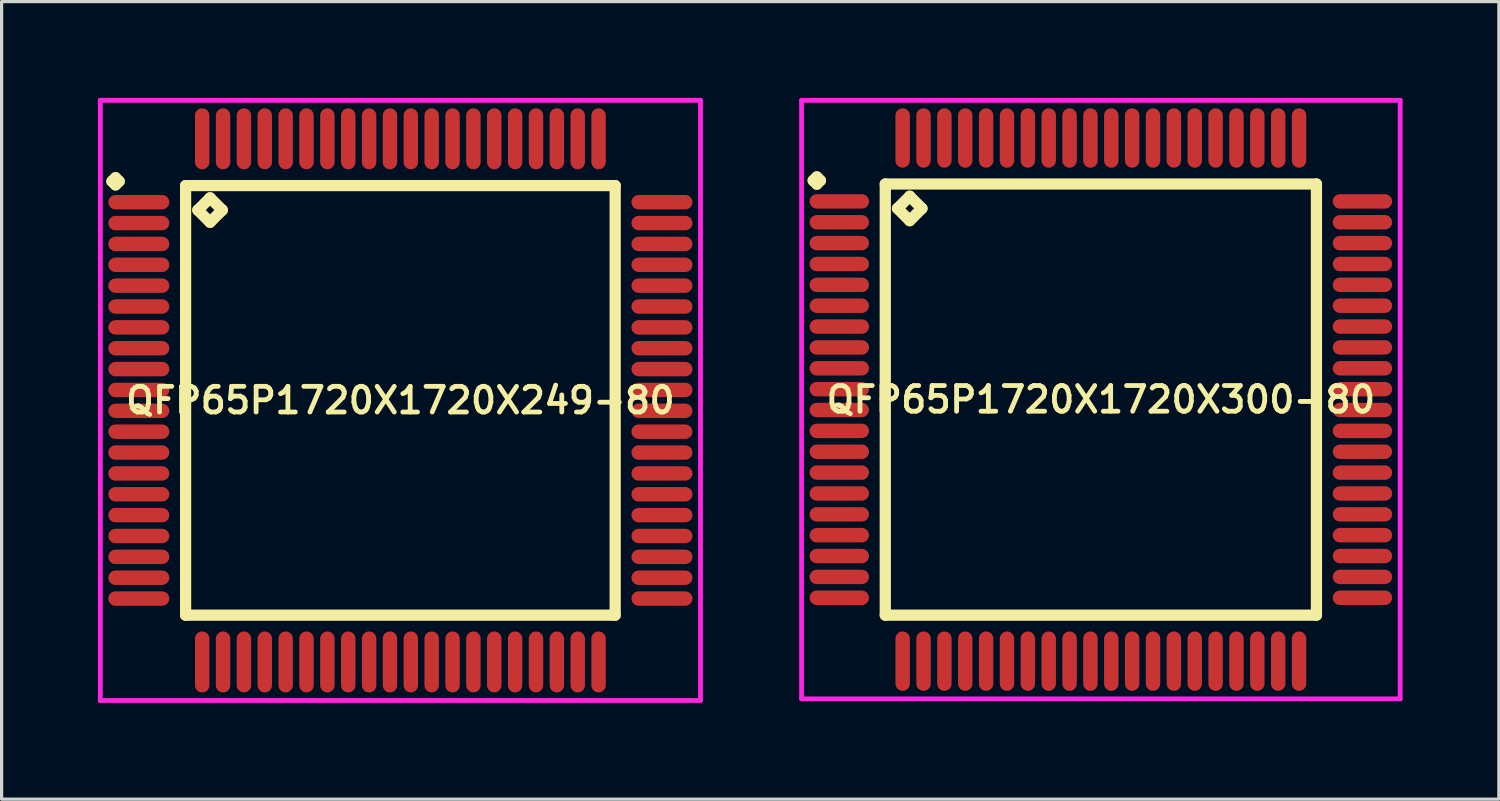
<source format=kicad_pcb>
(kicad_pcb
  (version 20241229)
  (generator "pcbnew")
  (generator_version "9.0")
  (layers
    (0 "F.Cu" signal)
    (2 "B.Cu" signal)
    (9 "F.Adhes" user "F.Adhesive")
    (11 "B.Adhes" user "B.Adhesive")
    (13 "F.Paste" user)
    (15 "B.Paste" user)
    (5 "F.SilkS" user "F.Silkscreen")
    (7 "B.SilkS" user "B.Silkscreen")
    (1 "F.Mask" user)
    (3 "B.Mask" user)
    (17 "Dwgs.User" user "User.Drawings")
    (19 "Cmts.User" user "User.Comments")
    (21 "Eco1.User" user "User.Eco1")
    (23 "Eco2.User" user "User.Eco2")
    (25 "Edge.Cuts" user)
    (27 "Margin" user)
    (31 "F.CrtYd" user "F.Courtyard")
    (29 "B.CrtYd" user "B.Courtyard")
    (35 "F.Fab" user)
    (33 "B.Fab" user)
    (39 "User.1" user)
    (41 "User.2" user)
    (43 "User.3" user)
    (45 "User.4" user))
  (footprint "QFP65P1720X1720X249-80"
    (layer "F.Cu")
    (at 9.425 9.425)
    (property "Reference" "QFP65P1720X1720X249-80" (at 0 0 0) (layer "F.SilkS") (effects (font (size 0.8 0.8) (thickness 0.15))))
    (attr through_hole)
    (fp_line (start -8.988 -6.825) (end -8.875 -6.938) (stroke (width 0.35) (type solid)) (layer "F.SilkS"))
    (fp_line (start -8.875 -6.938) (end -8.762 -6.825) (stroke (width 0.35) (type solid)) (layer "F.SilkS"))
    (fp_line (start -8.875 -6.713) (end -8.988 -6.825) (stroke (width 0.35) (type solid)) (layer "F.SilkS"))
    (fp_line (start -8.762 -6.825) (end -8.875 -6.713) (stroke (width 0.35) (type solid)) (layer "F.SilkS"))
    (fp_line (start -6.692 -6.692) (end -6.692 6.692) (stroke (width 0.35) (type solid)) (layer "F.SilkS"))
    (fp_line (start -6.692 6.692) (end 6.692 6.692) (stroke (width 0.35) (type solid)) (layer "F.SilkS"))
    (fp_line (start -6.311 -5.93) (end -5.93 -6.311) (stroke (width 0.35) (type solid)) (layer "F.SilkS"))
    (fp_line (start -5.93 -6.311) (end -5.549 -5.93) (stroke (width 0.35) (type solid)) (layer "F.SilkS"))
    (fp_line (start -5.93 -5.549) (end -6.311 -5.93) (stroke (width 0.35) (type solid)) (layer "F.SilkS"))
    (fp_line (start -5.549 -5.93) (end -5.93 -5.549) (stroke (width 0.35) (type solid)) (layer "F.SilkS"))
    (fp_line (start 6.692 -6.692) (end -6.692 -6.692) (stroke (width 0.35) (type solid)) (layer "F.SilkS"))
    (fp_line (start 6.692 6.692) (end 6.692 -6.692) (stroke (width 0.35) (type solid)) (layer "F.SilkS"))
    (fp_line (start -9.35 -9.35) (end 9.35 -9.35) (stroke (width 0.15) (type solid)) (layer "F.CrtYd"))
    (fp_line (start -9.35 9.35) (end -9.35 -9.35) (stroke (width 0.15) (type solid)) (layer "F.CrtYd"))
    (fp_line (start 9.35 -9.35) (end 9.35 9.35) (stroke (width 0.15) (type solid)) (layer "F.CrtYd"))
    (fp_line (start 9.35 9.35) (end -9.35 9.35) (stroke (width 0.15) (type solid)) (layer "F.CrtYd"))
    (pad "1" smd oval (at -8.15 -6.175) (size 1.9 0.45) (layers "F.Cu" "F.Mask" "F.Paste"))
    (pad "2" smd oval (at -8.15 -5.525) (size 1.9 0.45) (layers "F.Cu" "F.Mask" "F.Paste"))
    (pad "3" smd oval (at -8.15 -4.875) (size 1.9 0.45) (layers "F.Cu" "F.Mask" "F.Paste"))
    (pad "4" smd oval (at -8.15 -4.225) (size 1.9 0.45) (layers "F.Cu" "F.Mask" "F.Paste"))
    (pad "5" smd oval (at -8.15 -3.575) (size 1.9 0.45) (layers "F.Cu" "F.Mask" "F.Paste"))
    (pad "6" smd oval (at -8.15 -2.925) (size 1.9 0.45) (layers "F.Cu" "F.Mask" "F.Paste"))
    (pad "7" smd oval (at -8.15 -2.275) (size 1.9 0.45) (layers "F.Cu" "F.Mask" "F.Paste"))
    (pad "8" smd oval (at -8.15 -1.625) (size 1.9 0.45) (layers "F.Cu" "F.Mask" "F.Paste"))
    (pad "9" smd oval (at -8.15 -0.975) (size 1.9 0.45) (layers "F.Cu" "F.Mask" "F.Paste"))
    (pad "10" smd oval (at -8.15 -0.325) (size 1.9 0.45) (layers "F.Cu" "F.Mask" "F.Paste"))
    (pad "11" smd oval (at -8.15 0.325) (size 1.9 0.45) (layers "F.Cu" "F.Mask" "F.Paste"))
    (pad "12" smd oval (at -8.15 0.975) (size 1.9 0.45) (layers "F.Cu" "F.Mask" "F.Paste"))
    (pad "13" smd oval (at -8.15 1.625) (size 1.9 0.45) (layers "F.Cu" "F.Mask" "F.Paste"))
    (pad "14" smd oval (at -8.15 2.275) (size 1.9 0.45) (layers "F.Cu" "F.Mask" "F.Paste"))
    (pad "15" smd oval (at -8.15 2.925) (size 1.9 0.45) (layers "F.Cu" "F.Mask" "F.Paste"))
    (pad "16" smd oval (at -8.15 3.575) (size 1.9 0.45) (layers "F.Cu" "F.Mask" "F.Paste"))
    (pad "17" smd oval (at -8.15 4.225) (size 1.9 0.45) (layers "F.Cu" "F.Mask" "F.Paste"))
    (pad "18" smd oval (at -8.15 4.875) (size 1.9 0.45) (layers "F.Cu" "F.Mask" "F.Paste"))
    (pad "19" smd oval (at -8.15 5.525) (size 1.9 0.45) (layers "F.Cu" "F.Mask" "F.Paste"))
    (pad "20" smd oval (at -8.15 6.175) (size 1.9 0.45) (layers "F.Cu" "F.Mask" "F.Paste"))
    (pad "21" smd oval (at -6.175 8.15) (size 0.45 1.9) (layers "F.Cu" "F.Mask" "F.Paste"))
    (pad "22" smd oval (at -5.525 8.15) (size 0.45 1.9) (layers "F.Cu" "F.Mask" "F.Paste"))
    (pad "23" smd oval (at -4.875 8.15) (size 0.45 1.9) (layers "F.Cu" "F.Mask" "F.Paste"))
    (pad "24" smd oval (at -4.225 8.15) (size 0.45 1.9) (layers "F.Cu" "F.Mask" "F.Paste"))
    (pad "25" smd oval (at -3.575 8.15) (size 0.45 1.9) (layers "F.Cu" "F.Mask" "F.Paste"))
    (pad "26" smd oval (at -2.925 8.15) (size 0.45 1.9) (layers "F.Cu" "F.Mask" "F.Paste"))
    (pad "27" smd oval (at -2.275 8.15) (size 0.45 1.9) (layers "F.Cu" "F.Mask" "F.Paste"))
    (pad "28" smd oval (at -1.625 8.15) (size 0.45 1.9) (layers "F.Cu" "F.Mask" "F.Paste"))
    (pad "29" smd oval (at -0.975 8.15) (size 0.45 1.9) (layers "F.Cu" "F.Mask" "F.Paste"))
    (pad "30" smd oval (at -0.325 8.15) (size 0.45 1.9) (layers "F.Cu" "F.Mask" "F.Paste"))
    (pad "31" smd oval (at 0.325 8.15) (size 0.45 1.9) (layers "F.Cu" "F.Mask" "F.Paste"))
    (pad "32" smd oval (at 0.975 8.15) (size 0.45 1.9) (layers "F.Cu" "F.Mask" "F.Paste"))
    (pad "33" smd oval (at 1.625 8.15) (size 0.45 1.9) (layers "F.Cu" "F.Mask" "F.Paste"))
    (pad "34" smd oval (at 2.275 8.15) (size 0.45 1.9) (layers "F.Cu" "F.Mask" "F.Paste"))
    (pad "35" smd oval (at 2.925 8.15) (size 0.45 1.9) (layers "F.Cu" "F.Mask" "F.Paste"))
    (pad "36" smd oval (at 3.575 8.15) (size 0.45 1.9) (layers "F.Cu" "F.Mask" "F.Paste"))
    (pad "37" smd oval (at 4.225 8.15) (size 0.45 1.9) (layers "F.Cu" "F.Mask" "F.Paste"))
    (pad "38" smd oval (at 4.875 8.15) (size 0.45 1.9) (layers "F.Cu" "F.Mask" "F.Paste"))
    (pad "39" smd oval (at 5.525 8.15) (size 0.45 1.9) (layers "F.Cu" "F.Mask" "F.Paste"))
    (pad "40" smd oval (at 6.175 8.15) (size 0.45 1.9) (layers "F.Cu" "F.Mask" "F.Paste"))
    (pad "41" smd oval (at 8.15 6.175) (size 1.9 0.45) (layers "F.Cu" "F.Mask" "F.Paste"))
    (pad "42" smd oval (at 8.15 5.525) (size 1.9 0.45) (layers "F.Cu" "F.Mask" "F.Paste"))
    (pad "43" smd oval (at 8.15 4.875) (size 1.9 0.45) (layers "F.Cu" "F.Mask" "F.Paste"))
    (pad "44" smd oval (at 8.15 4.225) (size 1.9 0.45) (layers "F.Cu" "F.Mask" "F.Paste"))
    (pad "45" smd oval (at 8.15 3.575) (size 1.9 0.45) (layers "F.Cu" "F.Mask" "F.Paste"))
    (pad "46" smd oval (at 8.15 2.925) (size 1.9 0.45) (layers "F.Cu" "F.Mask" "F.Paste"))
    (pad "47" smd oval (at 8.15 2.275) (size 1.9 0.45) (layers "F.Cu" "F.Mask" "F.Paste"))
    (pad "48" smd oval (at 8.15 1.625) (size 1.9 0.45) (layers "F.Cu" "F.Mask" "F.Paste"))
    (pad "49" smd oval (at 8.15 0.975) (size 1.9 0.45) (layers "F.Cu" "F.Mask" "F.Paste"))
    (pad "50" smd oval (at 8.15 0.325) (size 1.9 0.45) (layers "F.Cu" "F.Mask" "F.Paste"))
    (pad "51" smd oval (at 8.15 -0.325) (size 1.9 0.45) (layers "F.Cu" "F.Mask" "F.Paste"))
    (pad "52" smd oval (at 8.15 -0.975) (size 1.9 0.45) (layers "F.Cu" "F.Mask" "F.Paste"))
    (pad "53" smd oval (at 8.15 -1.625) (size 1.9 0.45) (layers "F.Cu" "F.Mask" "F.Paste"))
    (pad "54" smd oval (at 8.15 -2.275) (size 1.9 0.45) (layers "F.Cu" "F.Mask" "F.Paste"))
    (pad "55" smd oval (at 8.15 -2.925) (size 1.9 0.45) (layers "F.Cu" "F.Mask" "F.Paste"))
    (pad "56" smd oval (at 8.15 -3.575) (size 1.9 0.45) (layers "F.Cu" "F.Mask" "F.Paste"))
    (pad "57" smd oval (at 8.15 -4.225) (size 1.9 0.45) (layers "F.Cu" "F.Mask" "F.Paste"))
    (pad "58" smd oval (at 8.15 -4.875) (size 1.9 0.45) (layers "F.Cu" "F.Mask" "F.Paste"))
    (pad "59" smd oval (at 8.15 -5.525) (size 1.9 0.45) (layers "F.Cu" "F.Mask" "F.Paste"))
    (pad "60" smd oval (at 8.15 -6.175) (size 1.9 0.45) (layers "F.Cu" "F.Mask" "F.Paste"))
    (pad "61" smd oval (at 6.175 -8.15) (size 0.45 1.9) (layers "F.Cu" "F.Mask" "F.Paste"))
    (pad "62" smd oval (at 5.525 -8.15) (size 0.45 1.9) (layers "F.Cu" "F.Mask" "F.Paste"))
    (pad "63" smd oval (at 4.875 -8.15) (size 0.45 1.9) (layers "F.Cu" "F.Mask" "F.Paste"))
    (pad "64" smd oval (at 4.225 -8.15) (size 0.45 1.9) (layers "F.Cu" "F.Mask" "F.Paste"))
    (pad "65" smd oval (at 3.575 -8.15) (size 0.45 1.9) (layers "F.Cu" "F.Mask" "F.Paste"))
    (pad "66" smd oval (at 2.925 -8.15) (size 0.45 1.9) (layers "F.Cu" "F.Mask" "F.Paste"))
    (pad "67" smd oval (at 2.275 -8.15) (size 0.45 1.9) (layers "F.Cu" "F.Mask" "F.Paste"))
    (pad "68" smd oval (at 1.625 -8.15) (size 0.45 1.9) (layers "F.Cu" "F.Mask" "F.Paste"))
    (pad "69" smd oval (at 0.975 -8.15) (size 0.45 1.9) (layers "F.Cu" "F.Mask" "F.Paste"))
    (pad "70" smd oval (at 0.325 -8.15) (size 0.45 1.9) (layers "F.Cu" "F.Mask" "F.Paste"))
    (pad "71" smd oval (at -0.325 -8.15) (size 0.45 1.9) (layers "F.Cu" "F.Mask" "F.Paste"))
    (pad "72" smd oval (at -0.975 -8.15) (size 0.45 1.9) (layers "F.Cu" "F.Mask" "F.Paste"))
    (pad "73" smd oval (at -1.625 -8.15) (size 0.45 1.9) (layers "F.Cu" "F.Mask" "F.Paste"))
    (pad "74" smd oval (at -2.275 -8.15) (size 0.45 1.9) (layers "F.Cu" "F.Mask" "F.Paste"))
    (pad "75" smd oval (at -2.925 -8.15) (size 0.45 1.9) (layers "F.Cu" "F.Mask" "F.Paste"))
    (pad "76" smd oval (at -3.575 -8.15) (size 0.45 1.9) (layers "F.Cu" "F.Mask" "F.Paste"))
    (pad "77" smd oval (at -4.225 -8.15) (size 0.45 1.9) (layers "F.Cu" "F.Mask" "F.Paste"))
    (pad "78" smd oval (at -4.875 -8.15) (size 0.45 1.9) (layers "F.Cu" "F.Mask" "F.Paste"))
    (pad "79" smd oval (at -5.525 -8.15) (size 0.45 1.9) (layers "F.Cu" "F.Mask" "F.Paste"))
    (pad "80" smd oval (at -6.175 -8.15) (size 0.45 1.9) (layers "F.Cu" "F.Mask" "F.Paste")))
  (footprint "QFP65P1720X1720X300-80"
    (layer "F.Cu")
    (at 31.25 9.4)
    (property "Reference" "QFP65P1720X1720X300-80" (at 0 0 0) (layer "F.SilkS") (effects (font (size 0.8 0.8) (thickness 0.15))))
    (attr through_hole)
    (fp_line (start -8.963 -6.825) (end -8.85 -6.938) (stroke (width 0.35) (type solid)) (layer "F.SilkS"))
    (fp_line (start -8.85 -6.938) (end -8.738 -6.825) (stroke (width 0.35) (type solid)) (layer "F.SilkS"))
    (fp_line (start -8.85 -6.713) (end -8.963 -6.825) (stroke (width 0.35) (type solid)) (layer "F.SilkS"))
    (fp_line (start -8.738 -6.825) (end -8.85 -6.713) (stroke (width 0.35) (type solid)) (layer "F.SilkS"))
    (fp_line (start -6.717 -6.717) (end -6.717 6.717) (stroke (width 0.35) (type solid)) (layer "F.SilkS"))
    (fp_line (start -6.717 6.717) (end 6.717 6.717) (stroke (width 0.35) (type solid)) (layer "F.SilkS"))
    (fp_line (start -6.336 -5.955) (end -5.955 -6.336) (stroke (width 0.35) (type solid)) (layer "F.SilkS"))
    (fp_line (start -5.955 -6.336) (end -5.574 -5.955) (stroke (width 0.35) (type solid)) (layer "F.SilkS"))
    (fp_line (start -5.955 -5.574) (end -6.336 -5.955) (stroke (width 0.35) (type solid)) (layer "F.SilkS"))
    (fp_line (start -5.574 -5.955) (end -5.955 -5.574) (stroke (width 0.35) (type solid)) (layer "F.SilkS"))
    (fp_line (start 6.717 -6.717) (end -6.717 -6.717) (stroke (width 0.35) (type solid)) (layer "F.SilkS"))
    (fp_line (start 6.717 6.717) (end 6.717 -6.717) (stroke (width 0.35) (type solid)) (layer "F.SilkS"))
    (fp_line (start -9.325 -9.325) (end 9.325 -9.325) (stroke (width 0.15) (type solid)) (layer "F.CrtYd"))
    (fp_line (start -9.325 9.325) (end -9.325 -9.325) (stroke (width 0.15) (type solid)) (layer "F.CrtYd"))
    (fp_line (start 9.325 -9.325) (end 9.325 9.325) (stroke (width 0.15) (type solid)) (layer "F.CrtYd"))
    (fp_line (start 9.325 9.325) (end -9.325 9.325) (stroke (width 0.15) (type solid)) (layer "F.CrtYd"))
    (pad "1" smd oval (at -8.15 -6.175) (size 1.85 0.45) (layers "F.Cu" "F.Mask" "F.Paste"))
    (pad "2" smd oval (at -8.15 -5.525) (size 1.85 0.45) (layers "F.Cu" "F.Mask" "F.Paste"))
    (pad "3" smd oval (at -8.15 -4.875) (size 1.85 0.45) (layers "F.Cu" "F.Mask" "F.Paste"))
    (pad "4" smd oval (at -8.15 -4.225) (size 1.85 0.45) (layers "F.Cu" "F.Mask" "F.Paste"))
    (pad "5" smd oval (at -8.15 -3.575) (size 1.85 0.45) (layers "F.Cu" "F.Mask" "F.Paste"))
    (pad "6" smd oval (at -8.15 -2.925) (size 1.85 0.45) (layers "F.Cu" "F.Mask" "F.Paste"))
    (pad "7" smd oval (at -8.15 -2.275) (size 1.85 0.45) (layers "F.Cu" "F.Mask" "F.Paste"))
    (pad "8" smd oval (at -8.15 -1.625) (size 1.85 0.45) (layers "F.Cu" "F.Mask" "F.Paste"))
    (pad "9" smd oval (at -8.15 -0.975) (size 1.85 0.45) (layers "F.Cu" "F.Mask" "F.Paste"))
    (pad "10" smd oval (at -8.15 -0.325) (size 1.85 0.45) (layers "F.Cu" "F.Mask" "F.Paste"))
    (pad "11" smd oval (at -8.15 0.325) (size 1.85 0.45) (layers "F.Cu" "F.Mask" "F.Paste"))
    (pad "12" smd oval (at -8.15 0.975) (size 1.85 0.45) (layers "F.Cu" "F.Mask" "F.Paste"))
    (pad "13" smd oval (at -8.15 1.625) (size 1.85 0.45) (layers "F.Cu" "F.Mask" "F.Paste"))
    (pad "14" smd oval (at -8.15 2.275) (size 1.85 0.45) (layers "F.Cu" "F.Mask" "F.Paste"))
    (pad "15" smd oval (at -8.15 2.925) (size 1.85 0.45) (layers "F.Cu" "F.Mask" "F.Paste"))
    (pad "16" smd oval (at -8.15 3.575) (size 1.85 0.45) (layers "F.Cu" "F.Mask" "F.Paste"))
    (pad "17" smd oval (at -8.15 4.225) (size 1.85 0.45) (layers "F.Cu" "F.Mask" "F.Paste"))
    (pad "18" smd oval (at -8.15 4.875) (size 1.85 0.45) (layers "F.Cu" "F.Mask" "F.Paste"))
    (pad "19" smd oval (at -8.15 5.525) (size 1.85 0.45) (layers "F.Cu" "F.Mask" "F.Paste"))
    (pad "20" smd oval (at -8.15 6.175) (size 1.85 0.45) (layers "F.Cu" "F.Mask" "F.Paste"))
    (pad "21" smd oval (at -6.175 8.15) (size 0.45 1.85) (layers "F.Cu" "F.Mask" "F.Paste"))
    (pad "22" smd oval (at -5.525 8.15) (size 0.45 1.85) (layers "F.Cu" "F.Mask" "F.Paste"))
    (pad "23" smd oval (at -4.875 8.15) (size 0.45 1.85) (layers "F.Cu" "F.Mask" "F.Paste"))
    (pad "24" smd oval (at -4.225 8.15) (size 0.45 1.85) (layers "F.Cu" "F.Mask" "F.Paste"))
    (pad "25" smd oval (at -3.575 8.15) (size 0.45 1.85) (layers "F.Cu" "F.Mask" "F.Paste"))
    (pad "26" smd oval (at -2.925 8.15) (size 0.45 1.85) (layers "F.Cu" "F.Mask" "F.Paste"))
    (pad "27" smd oval (at -2.275 8.15) (size 0.45 1.85) (layers "F.Cu" "F.Mask" "F.Paste"))
    (pad "28" smd oval (at -1.625 8.15) (size 0.45 1.85) (layers "F.Cu" "F.Mask" "F.Paste"))
    (pad "29" smd oval (at -0.975 8.15) (size 0.45 1.85) (layers "F.Cu" "F.Mask" "F.Paste"))
    (pad "30" smd oval (at -0.325 8.15) (size 0.45 1.85) (layers "F.Cu" "F.Mask" "F.Paste"))
    (pad "31" smd oval (at 0.325 8.15) (size 0.45 1.85) (layers "F.Cu" "F.Mask" "F.Paste"))
    (pad "32" smd oval (at 0.975 8.15) (size 0.45 1.85) (layers "F.Cu" "F.Mask" "F.Paste"))
    (pad "33" smd oval (at 1.625 8.15) (size 0.45 1.85) (layers "F.Cu" "F.Mask" "F.Paste"))
    (pad "34" smd oval (at 2.275 8.15) (size 0.45 1.85) (layers "F.Cu" "F.Mask" "F.Paste"))
    (pad "35" smd oval (at 2.925 8.15) (size 0.45 1.85) (layers "F.Cu" "F.Mask" "F.Paste"))
    (pad "36" smd oval (at 3.575 8.15) (size 0.45 1.85) (layers "F.Cu" "F.Mask" "F.Paste"))
    (pad "37" smd oval (at 4.225 8.15) (size 0.45 1.85) (layers "F.Cu" "F.Mask" "F.Paste"))
    (pad "38" smd oval (at 4.875 8.15) (size 0.45 1.85) (layers "F.Cu" "F.Mask" "F.Paste"))
    (pad "39" smd oval (at 5.525 8.15) (size 0.45 1.85) (layers "F.Cu" "F.Mask" "F.Paste"))
    (pad "40" smd oval (at 6.175 8.15) (size 0.45 1.85) (layers "F.Cu" "F.Mask" "F.Paste"))
    (pad "41" smd oval (at 8.15 6.175) (size 1.85 0.45) (layers "F.Cu" "F.Mask" "F.Paste"))
    (pad "42" smd oval (at 8.15 5.525) (size 1.85 0.45) (layers "F.Cu" "F.Mask" "F.Paste"))
    (pad "43" smd oval (at 8.15 4.875) (size 1.85 0.45) (layers "F.Cu" "F.Mask" "F.Paste"))
    (pad "44" smd oval (at 8.15 4.225) (size 1.85 0.45) (layers "F.Cu" "F.Mask" "F.Paste"))
    (pad "45" smd oval (at 8.15 3.575) (size 1.85 0.45) (layers "F.Cu" "F.Mask" "F.Paste"))
    (pad "46" smd oval (at 8.15 2.925) (size 1.85 0.45) (layers "F.Cu" "F.Mask" "F.Paste"))
    (pad "47" smd oval (at 8.15 2.275) (size 1.85 0.45) (layers "F.Cu" "F.Mask" "F.Paste"))
    (pad "48" smd oval (at 8.15 1.625) (size 1.85 0.45) (layers "F.Cu" "F.Mask" "F.Paste"))
    (pad "49" smd oval (at 8.15 0.975) (size 1.85 0.45) (layers "F.Cu" "F.Mask" "F.Paste"))
    (pad "50" smd oval (at 8.15 0.325) (size 1.85 0.45) (layers "F.Cu" "F.Mask" "F.Paste"))
    (pad "51" smd oval (at 8.15 -0.325) (size 1.85 0.45) (layers "F.Cu" "F.Mask" "F.Paste"))
    (pad "52" smd oval (at 8.15 -0.975) (size 1.85 0.45) (layers "F.Cu" "F.Mask" "F.Paste"))
    (pad "53" smd oval (at 8.15 -1.625) (size 1.85 0.45) (layers "F.Cu" "F.Mask" "F.Paste"))
    (pad "54" smd oval (at 8.15 -2.275) (size 1.85 0.45) (layers "F.Cu" "F.Mask" "F.Paste"))
    (pad "55" smd oval (at 8.15 -2.925) (size 1.85 0.45) (layers "F.Cu" "F.Mask" "F.Paste"))
    (pad "56" smd oval (at 8.15 -3.575) (size 1.85 0.45) (layers "F.Cu" "F.Mask" "F.Paste"))
    (pad "57" smd oval (at 8.15 -4.225) (size 1.85 0.45) (layers "F.Cu" "F.Mask" "F.Paste"))
    (pad "58" smd oval (at 8.15 -4.875) (size 1.85 0.45) (layers "F.Cu" "F.Mask" "F.Paste"))
    (pad "59" smd oval (at 8.15 -5.525) (size 1.85 0.45) (layers "F.Cu" "F.Mask" "F.Paste"))
    (pad "60" smd oval (at 8.15 -6.175) (size 1.85 0.45) (layers "F.Cu" "F.Mask" "F.Paste"))
    (pad "61" smd oval (at 6.175 -8.15) (size 0.45 1.85) (layers "F.Cu" "F.Mask" "F.Paste"))
    (pad "62" smd oval (at 5.525 -8.15) (size 0.45 1.85) (layers "F.Cu" "F.Mask" "F.Paste"))
    (pad "63" smd oval (at 4.875 -8.15) (size 0.45 1.85) (layers "F.Cu" "F.Mask" "F.Paste"))
    (pad "64" smd oval (at 4.225 -8.15) (size 0.45 1.85) (layers "F.Cu" "F.Mask" "F.Paste"))
    (pad "65" smd oval (at 3.575 -8.15) (size 0.45 1.85) (layers "F.Cu" "F.Mask" "F.Paste"))
    (pad "66" smd oval (at 2.925 -8.15) (size 0.45 1.85) (layers "F.Cu" "F.Mask" "F.Paste"))
    (pad "67" smd oval (at 2.275 -8.15) (size 0.45 1.85) (layers "F.Cu" "F.Mask" "F.Paste"))
    (pad "68" smd oval (at 1.625 -8.15) (size 0.45 1.85) (layers "F.Cu" "F.Mask" "F.Paste"))
    (pad "69" smd oval (at 0.975 -8.15) (size 0.45 1.85) (layers "F.Cu" "F.Mask" "F.Paste"))
    (pad "70" smd oval (at 0.325 -8.15) (size 0.45 1.85) (layers "F.Cu" "F.Mask" "F.Paste"))
    (pad "71" smd oval (at -0.325 -8.15) (size 0.45 1.85) (layers "F.Cu" "F.Mask" "F.Paste"))
    (pad "72" smd oval (at -0.975 -8.15) (size 0.45 1.85) (layers "F.Cu" "F.Mask" "F.Paste"))
    (pad "73" smd oval (at -1.625 -8.15) (size 0.45 1.85) (layers "F.Cu" "F.Mask" "F.Paste"))
    (pad "74" smd oval (at -2.275 -8.15) (size 0.45 1.85) (layers "F.Cu" "F.Mask" "F.Paste"))
    (pad "75" smd oval (at -2.925 -8.15) (size 0.45 1.85) (layers "F.Cu" "F.Mask" "F.Paste"))
    (pad "76" smd oval (at -3.575 -8.15) (size 0.45 1.85) (layers "F.Cu" "F.Mask" "F.Paste"))
    (pad "77" smd oval (at -4.225 -8.15) (size 0.45 1.85) (layers "F.Cu" "F.Mask" "F.Paste"))
    (pad "78" smd oval (at -4.875 -8.15) (size 0.45 1.85) (layers "F.Cu" "F.Mask" "F.Paste"))
    (pad "79" smd oval (at -5.525 -8.15) (size 0.45 1.85) (layers "F.Cu" "F.Mask" "F.Paste"))
    (pad "80" smd oval (at -6.175 -8.15) (size 0.45 1.85) (layers "F.Cu" "F.Mask" "F.Paste")))
  (gr_rect
    (start -3 -3)
    (end 43.65 21.85)
    (stroke (width 0.1) (type default))
    (fill no)
    (layer "Edge.Cuts")))
</source>
